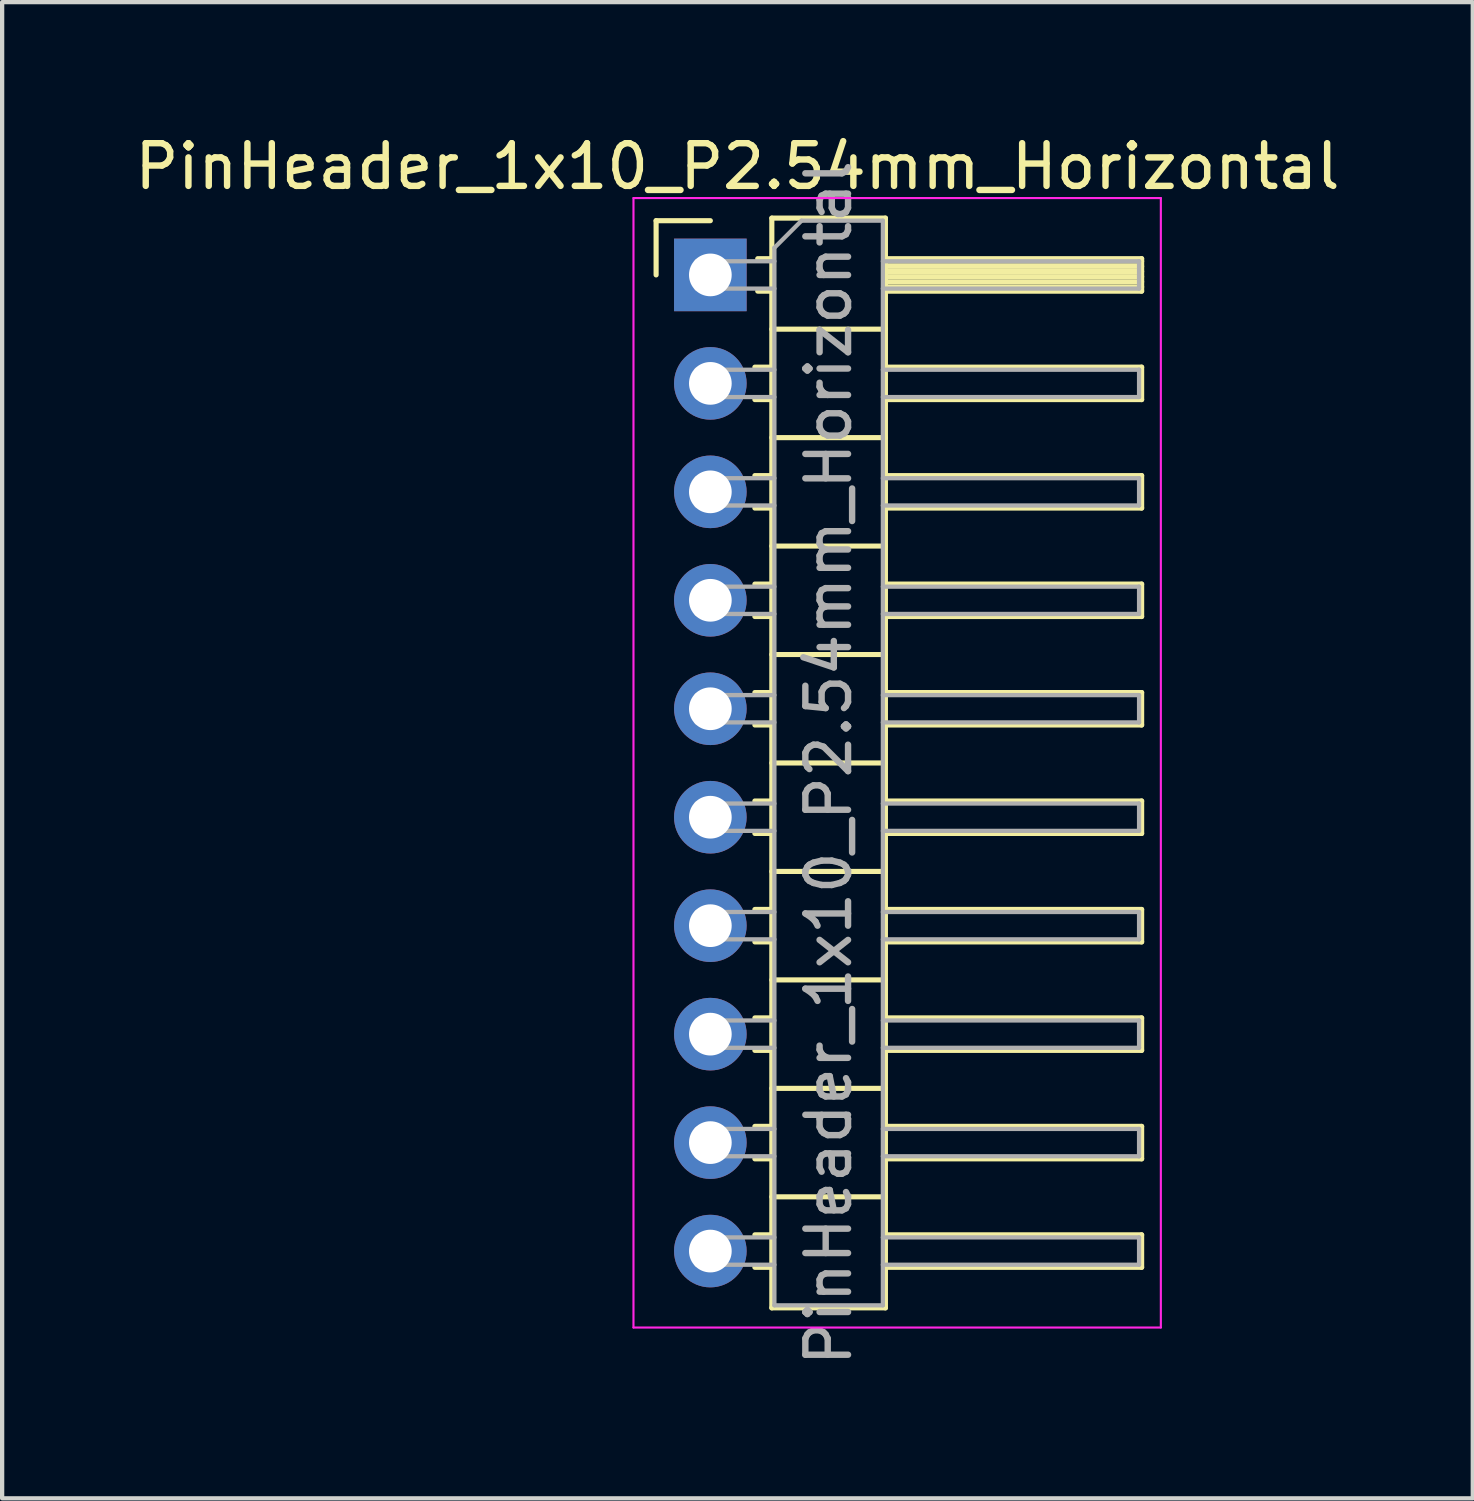
<source format=kicad_pcb>
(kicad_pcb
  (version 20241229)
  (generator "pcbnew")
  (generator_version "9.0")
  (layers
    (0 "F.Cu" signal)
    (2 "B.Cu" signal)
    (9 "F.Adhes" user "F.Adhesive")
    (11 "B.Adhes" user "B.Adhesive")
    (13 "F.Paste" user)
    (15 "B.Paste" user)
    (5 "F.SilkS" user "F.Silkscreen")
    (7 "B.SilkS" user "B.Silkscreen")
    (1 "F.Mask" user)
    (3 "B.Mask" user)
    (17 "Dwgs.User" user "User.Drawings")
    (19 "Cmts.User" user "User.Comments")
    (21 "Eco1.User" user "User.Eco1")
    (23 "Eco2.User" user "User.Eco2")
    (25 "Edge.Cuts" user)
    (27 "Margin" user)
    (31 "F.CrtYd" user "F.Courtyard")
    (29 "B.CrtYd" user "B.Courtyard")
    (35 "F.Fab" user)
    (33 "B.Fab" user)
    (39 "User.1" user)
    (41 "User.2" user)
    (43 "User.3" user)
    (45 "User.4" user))
  (footprint "PinHeader_1x10_P2.54mm_Horizontal"
    (layer "F.Cu")
    (at 13.585 3.388)
    (property "Reference" "PinHeader_1x10_P2.54mm_Horizontal" (at 0.635 -2.54 0) (layer "F.SilkS") (effects (font (size 1 1) (thickness 0.15))))
    (attr through_hole)
    (fp_line (start -1.27 -1.27) (end 0 -1.27) (stroke (width 0.12) (type solid)) (layer "F.SilkS"))
    (fp_line (start -1.27 0) (end -1.27 -1.27) (stroke (width 0.12) (type solid)) (layer "F.SilkS"))
    (fp_line (start 1.043 2.16) (end 1.44 2.16) (stroke (width 0.12) (type solid)) (layer "F.SilkS"))
    (fp_line (start 1.043 2.92) (end 1.44 2.92) (stroke (width 0.12) (type solid)) (layer "F.SilkS"))
    (fp_line (start 1.043 4.7) (end 1.44 4.7) (stroke (width 0.12) (type solid)) (layer "F.SilkS"))
    (fp_line (start 1.043 5.46) (end 1.44 5.46) (stroke (width 0.12) (type solid)) (layer "F.SilkS"))
    (fp_line (start 1.043 7.24) (end 1.44 7.24) (stroke (width 0.12) (type solid)) (layer "F.SilkS"))
    (fp_line (start 1.043 8) (end 1.44 8) (stroke (width 0.12) (type solid)) (layer "F.SilkS"))
    (fp_line (start 1.043 9.78) (end 1.44 9.78) (stroke (width 0.12) (type solid)) (layer "F.SilkS"))
    (fp_line (start 1.043 10.54) (end 1.44 10.54) (stroke (width 0.12) (type solid)) (layer "F.SilkS"))
    (fp_line (start 1.043 12.32) (end 1.44 12.32) (stroke (width 0.12) (type solid)) (layer "F.SilkS"))
    (fp_line (start 1.043 13.08) (end 1.44 13.08) (stroke (width 0.12) (type solid)) (layer "F.SilkS"))
    (fp_line (start 1.043 14.86) (end 1.44 14.86) (stroke (width 0.12) (type solid)) (layer "F.SilkS"))
    (fp_line (start 1.043 15.62) (end 1.44 15.62) (stroke (width 0.12) (type solid)) (layer "F.SilkS"))
    (fp_line (start 1.043 17.4) (end 1.44 17.4) (stroke (width 0.12) (type solid)) (layer "F.SilkS"))
    (fp_line (start 1.043 18.16) (end 1.44 18.16) (stroke (width 0.12) (type solid)) (layer "F.SilkS"))
    (fp_line (start 1.043 19.94) (end 1.44 19.94) (stroke (width 0.12) (type solid)) (layer "F.SilkS"))
    (fp_line (start 1.043 20.7) (end 1.44 20.7) (stroke (width 0.12) (type solid)) (layer "F.SilkS"))
    (fp_line (start 1.043 22.48) (end 1.44 22.48) (stroke (width 0.12) (type solid)) (layer "F.SilkS"))
    (fp_line (start 1.043 23.24) (end 1.44 23.24) (stroke (width 0.12) (type solid)) (layer "F.SilkS"))
    (fp_line (start 1.11 -0.38) (end 1.44 -0.38) (stroke (width 0.12) (type solid)) (layer "F.SilkS"))
    (fp_line (start 1.11 0.38) (end 1.44 0.38) (stroke (width 0.12) (type solid)) (layer "F.SilkS"))
    (fp_line (start 1.44 -1.33) (end 1.44 24.19) (stroke (width 0.12) (type solid)) (layer "F.SilkS"))
    (fp_line (start 1.44 1.27) (end 4.1 1.27) (stroke (width 0.12) (type solid)) (layer "F.SilkS"))
    (fp_line (start 1.44 3.81) (end 4.1 3.81) (stroke (width 0.12) (type solid)) (layer "F.SilkS"))
    (fp_line (start 1.44 6.35) (end 4.1 6.35) (stroke (width 0.12) (type solid)) (layer "F.SilkS"))
    (fp_line (start 1.44 8.89) (end 4.1 8.89) (stroke (width 0.12) (type solid)) (layer "F.SilkS"))
    (fp_line (start 1.44 11.43) (end 4.1 11.43) (stroke (width 0.12) (type solid)) (layer "F.SilkS"))
    (fp_line (start 1.44 13.97) (end 4.1 13.97) (stroke (width 0.12) (type solid)) (layer "F.SilkS"))
    (fp_line (start 1.44 16.51) (end 4.1 16.51) (stroke (width 0.12) (type solid)) (layer "F.SilkS"))
    (fp_line (start 1.44 19.05) (end 4.1 19.05) (stroke (width 0.12) (type solid)) (layer "F.SilkS"))
    (fp_line (start 1.44 21.59) (end 4.1 21.59) (stroke (width 0.12) (type solid)) (layer "F.SilkS"))
    (fp_line (start 1.44 24.19) (end 4.1 24.19) (stroke (width 0.12) (type solid)) (layer "F.SilkS"))
    (fp_line (start 4.1 -1.33) (end 1.44 -1.33) (stroke (width 0.12) (type solid)) (layer "F.SilkS"))
    (fp_line (start 4.1 -0.38) (end 10.1 -0.38) (stroke (width 0.12) (type solid)) (layer "F.SilkS"))
    (fp_line (start 4.1 -0.32) (end 10.1 -0.32) (stroke (width 0.12) (type solid)) (layer "F.SilkS"))
    (fp_line (start 4.1 -0.2) (end 10.1 -0.2) (stroke (width 0.12) (type solid)) (layer "F.SilkS"))
    (fp_line (start 4.1 -0.08) (end 10.1 -0.08) (stroke (width 0.12) (type solid)) (layer "F.SilkS"))
    (fp_line (start 4.1 0.04) (end 10.1 0.04) (stroke (width 0.12) (type solid)) (layer "F.SilkS"))
    (fp_line (start 4.1 0.16) (end 10.1 0.16) (stroke (width 0.12) (type solid)) (layer "F.SilkS"))
    (fp_line (start 4.1 0.28) (end 10.1 0.28) (stroke (width 0.12) (type solid)) (layer "F.SilkS"))
    (fp_line (start 4.1 2.16) (end 10.1 2.16) (stroke (width 0.12) (type solid)) (layer "F.SilkS"))
    (fp_line (start 4.1 4.7) (end 10.1 4.7) (stroke (width 0.12) (type solid)) (layer "F.SilkS"))
    (fp_line (start 4.1 7.24) (end 10.1 7.24) (stroke (width 0.12) (type solid)) (layer "F.SilkS"))
    (fp_line (start 4.1 9.78) (end 10.1 9.78) (stroke (width 0.12) (type solid)) (layer "F.SilkS"))
    (fp_line (start 4.1 12.32) (end 10.1 12.32) (stroke (width 0.12) (type solid)) (layer "F.SilkS"))
    (fp_line (start 4.1 14.86) (end 10.1 14.86) (stroke (width 0.12) (type solid)) (layer "F.SilkS"))
    (fp_line (start 4.1 17.4) (end 10.1 17.4) (stroke (width 0.12) (type solid)) (layer "F.SilkS"))
    (fp_line (start 4.1 19.94) (end 10.1 19.94) (stroke (width 0.12) (type solid)) (layer "F.SilkS"))
    (fp_line (start 4.1 22.48) (end 10.1 22.48) (stroke (width 0.12) (type solid)) (layer "F.SilkS"))
    (fp_line (start 4.1 24.19) (end 4.1 -1.33) (stroke (width 0.12) (type solid)) (layer "F.SilkS"))
    (fp_line (start 10.1 -0.38) (end 10.1 0.38) (stroke (width 0.12) (type solid)) (layer "F.SilkS"))
    (fp_line (start 10.1 0.38) (end 4.1 0.38) (stroke (width 0.12) (type solid)) (layer "F.SilkS"))
    (fp_line (start 10.1 2.16) (end 10.1 2.92) (stroke (width 0.12) (type solid)) (layer "F.SilkS"))
    (fp_line (start 10.1 2.92) (end 4.1 2.92) (stroke (width 0.12) (type solid)) (layer "F.SilkS"))
    (fp_line (start 10.1 4.7) (end 10.1 5.46) (stroke (width 0.12) (type solid)) (layer "F.SilkS"))
    (fp_line (start 10.1 5.46) (end 4.1 5.46) (stroke (width 0.12) (type solid)) (layer "F.SilkS"))
    (fp_line (start 10.1 7.24) (end 10.1 8) (stroke (width 0.12) (type solid)) (layer "F.SilkS"))
    (fp_line (start 10.1 8) (end 4.1 8) (stroke (width 0.12) (type solid)) (layer "F.SilkS"))
    (fp_line (start 10.1 9.78) (end 10.1 10.54) (stroke (width 0.12) (type solid)) (layer "F.SilkS"))
    (fp_line (start 10.1 10.54) (end 4.1 10.54) (stroke (width 0.12) (type solid)) (layer "F.SilkS"))
    (fp_line (start 10.1 12.32) (end 10.1 13.08) (stroke (width 0.12) (type solid)) (layer "F.SilkS"))
    (fp_line (start 10.1 13.08) (end 4.1 13.08) (stroke (width 0.12) (type solid)) (layer "F.SilkS"))
    (fp_line (start 10.1 14.86) (end 10.1 15.62) (stroke (width 0.12) (type solid)) (layer "F.SilkS"))
    (fp_line (start 10.1 15.62) (end 4.1 15.62) (stroke (width 0.12) (type solid)) (layer "F.SilkS"))
    (fp_line (start 10.1 17.4) (end 10.1 18.16) (stroke (width 0.12) (type solid)) (layer "F.SilkS"))
    (fp_line (start 10.1 18.16) (end 4.1 18.16) (stroke (width 0.12) (type solid)) (layer "F.SilkS"))
    (fp_line (start 10.1 19.94) (end 10.1 20.7) (stroke (width 0.12) (type solid)) (layer "F.SilkS"))
    (fp_line (start 10.1 20.7) (end 4.1 20.7) (stroke (width 0.12) (type solid)) (layer "F.SilkS"))
    (fp_line (start 10.1 22.48) (end 10.1 23.24) (stroke (width 0.12) (type solid)) (layer "F.SilkS"))
    (fp_line (start 10.1 23.24) (end 4.1 23.24) (stroke (width 0.12) (type solid)) (layer "F.SilkS"))
    (fp_line (start -1.8 -1.8) (end -1.8 24.65) (stroke (width 0.05) (type solid)) (layer "F.CrtYd"))
    (fp_line (start -1.8 24.65) (end 10.55 24.65) (stroke (width 0.05) (type solid)) (layer "F.CrtYd"))
    (fp_line (start 10.55 -1.8) (end -1.8 -1.8) (stroke (width 0.05) (type solid)) (layer "F.CrtYd"))
    (fp_line (start 10.55 24.65) (end 10.55 -1.8) (stroke (width 0.05) (type solid)) (layer "F.CrtYd"))
    (fp_line (start -0.32 -0.32) (end -0.32 0.32) (stroke (width 0.1) (type solid)) (layer "F.Fab"))
    (fp_line (start -0.32 -0.32) (end 1.5 -0.32) (stroke (width 0.1) (type solid)) (layer "F.Fab"))
    (fp_line (start -0.32 0.32) (end 1.5 0.32) (stroke (width 0.1) (type solid)) (layer "F.Fab"))
    (fp_line (start -0.32 2.22) (end -0.32 2.86) (stroke (width 0.1) (type solid)) (layer "F.Fab"))
    (fp_line (start -0.32 2.22) (end 1.5 2.22) (stroke (width 0.1) (type solid)) (layer "F.Fab"))
    (fp_line (start -0.32 2.86) (end 1.5 2.86) (stroke (width 0.1) (type solid)) (layer "F.Fab"))
    (fp_line (start -0.32 4.76) (end -0.32 5.4) (stroke (width 0.1) (type solid)) (layer "F.Fab"))
    (fp_line (start -0.32 4.76) (end 1.5 4.76) (stroke (width 0.1) (type solid)) (layer "F.Fab"))
    (fp_line (start -0.32 5.4) (end 1.5 5.4) (stroke (width 0.1) (type solid)) (layer "F.Fab"))
    (fp_line (start -0.32 7.3) (end -0.32 7.94) (stroke (width 0.1) (type solid)) (layer "F.Fab"))
    (fp_line (start -0.32 7.3) (end 1.5 7.3) (stroke (width 0.1) (type solid)) (layer "F.Fab"))
    (fp_line (start -0.32 7.94) (end 1.5 7.94) (stroke (width 0.1) (type solid)) (layer "F.Fab"))
    (fp_line (start -0.32 9.84) (end -0.32 10.48) (stroke (width 0.1) (type solid)) (layer "F.Fab"))
    (fp_line (start -0.32 9.84) (end 1.5 9.84) (stroke (width 0.1) (type solid)) (layer "F.Fab"))
    (fp_line (start -0.32 10.48) (end 1.5 10.48) (stroke (width 0.1) (type solid)) (layer "F.Fab"))
    (fp_line (start -0.32 12.38) (end -0.32 13.02) (stroke (width 0.1) (type solid)) (layer "F.Fab"))
    (fp_line (start -0.32 12.38) (end 1.5 12.38) (stroke (width 0.1) (type solid)) (layer "F.Fab"))
    (fp_line (start -0.32 13.02) (end 1.5 13.02) (stroke (width 0.1) (type solid)) (layer "F.Fab"))
    (fp_line (start -0.32 14.92) (end -0.32 15.56) (stroke (width 0.1) (type solid)) (layer "F.Fab"))
    (fp_line (start -0.32 14.92) (end 1.5 14.92) (stroke (width 0.1) (type solid)) (layer "F.Fab"))
    (fp_line (start -0.32 15.56) (end 1.5 15.56) (stroke (width 0.1) (type solid)) (layer "F.Fab"))
    (fp_line (start -0.32 17.46) (end -0.32 18.1) (stroke (width 0.1) (type solid)) (layer "F.Fab"))
    (fp_line (start -0.32 17.46) (end 1.5 17.46) (stroke (width 0.1) (type solid)) (layer "F.Fab"))
    (fp_line (start -0.32 18.1) (end 1.5 18.1) (stroke (width 0.1) (type solid)) (layer "F.Fab"))
    (fp_line (start -0.32 20) (end -0.32 20.64) (stroke (width 0.1) (type solid)) (layer "F.Fab"))
    (fp_line (start -0.32 20) (end 1.5 20) (stroke (width 0.1) (type solid)) (layer "F.Fab"))
    (fp_line (start -0.32 20.64) (end 1.5 20.64) (stroke (width 0.1) (type solid)) (layer "F.Fab"))
    (fp_line (start -0.32 22.54) (end -0.32 23.18) (stroke (width 0.1) (type solid)) (layer "F.Fab"))
    (fp_line (start -0.32 22.54) (end 1.5 22.54) (stroke (width 0.1) (type solid)) (layer "F.Fab"))
    (fp_line (start -0.32 23.18) (end 1.5 23.18) (stroke (width 0.1) (type solid)) (layer "F.Fab"))
    (fp_line (start 1.5 -0.635) (end 2.135 -1.27) (stroke (width 0.1) (type solid)) (layer "F.Fab"))
    (fp_line (start 1.5 24.13) (end 1.5 -0.635) (stroke (width 0.1) (type solid)) (layer "F.Fab"))
    (fp_line (start 2.135 -1.27) (end 4.04 -1.27) (stroke (width 0.1) (type solid)) (layer "F.Fab"))
    (fp_line (start 4.04 -1.27) (end 4.04 24.13) (stroke (width 0.1) (type solid)) (layer "F.Fab"))
    (fp_line (start 4.04 -0.32) (end 10.04 -0.32) (stroke (width 0.1) (type solid)) (layer "F.Fab"))
    (fp_line (start 4.04 0.32) (end 10.04 0.32) (stroke (width 0.1) (type solid)) (layer "F.Fab"))
    (fp_line (start 4.04 2.22) (end 10.04 2.22) (stroke (width 0.1) (type solid)) (layer "F.Fab"))
    (fp_line (start 4.04 2.86) (end 10.04 2.86) (stroke (width 0.1) (type solid)) (layer "F.Fab"))
    (fp_line (start 4.04 4.76) (end 10.04 4.76) (stroke (width 0.1) (type solid)) (layer "F.Fab"))
    (fp_line (start 4.04 5.4) (end 10.04 5.4) (stroke (width 0.1) (type solid)) (layer "F.Fab"))
    (fp_line (start 4.04 7.3) (end 10.04 7.3) (stroke (width 0.1) (type solid)) (layer "F.Fab"))
    (fp_line (start 4.04 7.94) (end 10.04 7.94) (stroke (width 0.1) (type solid)) (layer "F.Fab"))
    (fp_line (start 4.04 9.84) (end 10.04 9.84) (stroke (width 0.1) (type solid)) (layer "F.Fab"))
    (fp_line (start 4.04 10.48) (end 10.04 10.48) (stroke (width 0.1) (type solid)) (layer "F.Fab"))
    (fp_line (start 4.04 12.38) (end 10.04 12.38) (stroke (width 0.1) (type solid)) (layer "F.Fab"))
    (fp_line (start 4.04 13.02) (end 10.04 13.02) (stroke (width 0.1) (type solid)) (layer "F.Fab"))
    (fp_line (start 4.04 14.92) (end 10.04 14.92) (stroke (width 0.1) (type solid)) (layer "F.Fab"))
    (fp_line (start 4.04 15.56) (end 10.04 15.56) (stroke (width 0.1) (type solid)) (layer "F.Fab"))
    (fp_line (start 4.04 17.46) (end 10.04 17.46) (stroke (width 0.1) (type solid)) (layer "F.Fab"))
    (fp_line (start 4.04 18.1) (end 10.04 18.1) (stroke (width 0.1) (type solid)) (layer "F.Fab"))
    (fp_line (start 4.04 20) (end 10.04 20) (stroke (width 0.1) (type solid)) (layer "F.Fab"))
    (fp_line (start 4.04 20.64) (end 10.04 20.64) (stroke (width 0.1) (type solid)) (layer "F.Fab"))
    (fp_line (start 4.04 22.54) (end 10.04 22.54) (stroke (width 0.1) (type solid)) (layer "F.Fab"))
    (fp_line (start 4.04 23.18) (end 10.04 23.18) (stroke (width 0.1) (type solid)) (layer "F.Fab"))
    (fp_line (start 4.04 24.13) (end 1.5 24.13) (stroke (width 0.1) (type solid)) (layer "F.Fab"))
    (fp_line (start 10.04 -0.32) (end 10.04 0.32) (stroke (width 0.1) (type solid)) (layer "F.Fab"))
    (fp_line (start 10.04 2.22) (end 10.04 2.86) (stroke (width 0.1) (type solid)) (layer "F.Fab"))
    (fp_line (start 10.04 4.76) (end 10.04 5.4) (stroke (width 0.1) (type solid)) (layer "F.Fab"))
    (fp_line (start 10.04 7.3) (end 10.04 7.94) (stroke (width 0.1) (type solid)) (layer "F.Fab"))
    (fp_line (start 10.04 9.84) (end 10.04 10.48) (stroke (width 0.1) (type solid)) (layer "F.Fab"))
    (fp_line (start 10.04 12.38) (end 10.04 13.02) (stroke (width 0.1) (type solid)) (layer "F.Fab"))
    (fp_line (start 10.04 14.92) (end 10.04 15.56) (stroke (width 0.1) (type solid)) (layer "F.Fab"))
    (fp_line (start 10.04 17.46) (end 10.04 18.1) (stroke (width 0.1) (type solid)) (layer "F.Fab"))
    (fp_line (start 10.04 20) (end 10.04 20.64) (stroke (width 0.1) (type solid)) (layer "F.Fab"))
    (fp_line (start 10.04 22.54) (end 10.04 23.18) (stroke (width 0.1) (type solid)) (layer "F.Fab"))
    (fp_text user "${REFERENCE}" (at 2.77 11.43 270) (layer "F.Fab") (effects (font (size 1 1) (thickness 0.15))))
    (pad "1" thru_hole rect (at 0 0) (size 1.7 1.7) (drill 1) (layers "*.Cu" "*.Mask"))
    (pad "2" thru_hole oval (at 0 2.54) (size 1.7 1.7) (drill 1) (layers "*.Cu" "*.Mask"))
    (pad "3" thru_hole oval (at 0 5.08) (size 1.7 1.7) (drill 1) (layers "*.Cu" "*.Mask"))
    (pad "4" thru_hole oval (at 0 7.62) (size 1.7 1.7) (drill 1) (layers "*.Cu" "*.Mask"))
    (pad "5" thru_hole oval (at 0 10.16) (size 1.7 1.7) (drill 1) (layers "*.Cu" "*.Mask"))
    (pad "6" thru_hole oval (at 0 12.7) (size 1.7 1.7) (drill 1) (layers "*.Cu" "*.Mask"))
    (pad "7" thru_hole oval (at 0 15.24) (size 1.7 1.7) (drill 1) (layers "*.Cu" "*.Mask"))
    (pad "8" thru_hole oval (at 0 17.78) (size 1.7 1.7) (drill 1) (layers "*.Cu" "*.Mask"))
    (pad "9" thru_hole oval (at 0 20.32) (size 1.7 1.7) (drill 1) (layers "*.Cu" "*.Mask"))
    (pad "10" thru_hole oval (at 0 22.86) (size 1.7 1.7) (drill 1) (layers "*.Cu" "*.Mask")))
  (gr_rect
    (start -3 -3)
    (end 31.44 32.038)
    (stroke (width 0.1) (type default))
    (fill no)
    (layer "Edge.Cuts")))
</source>
